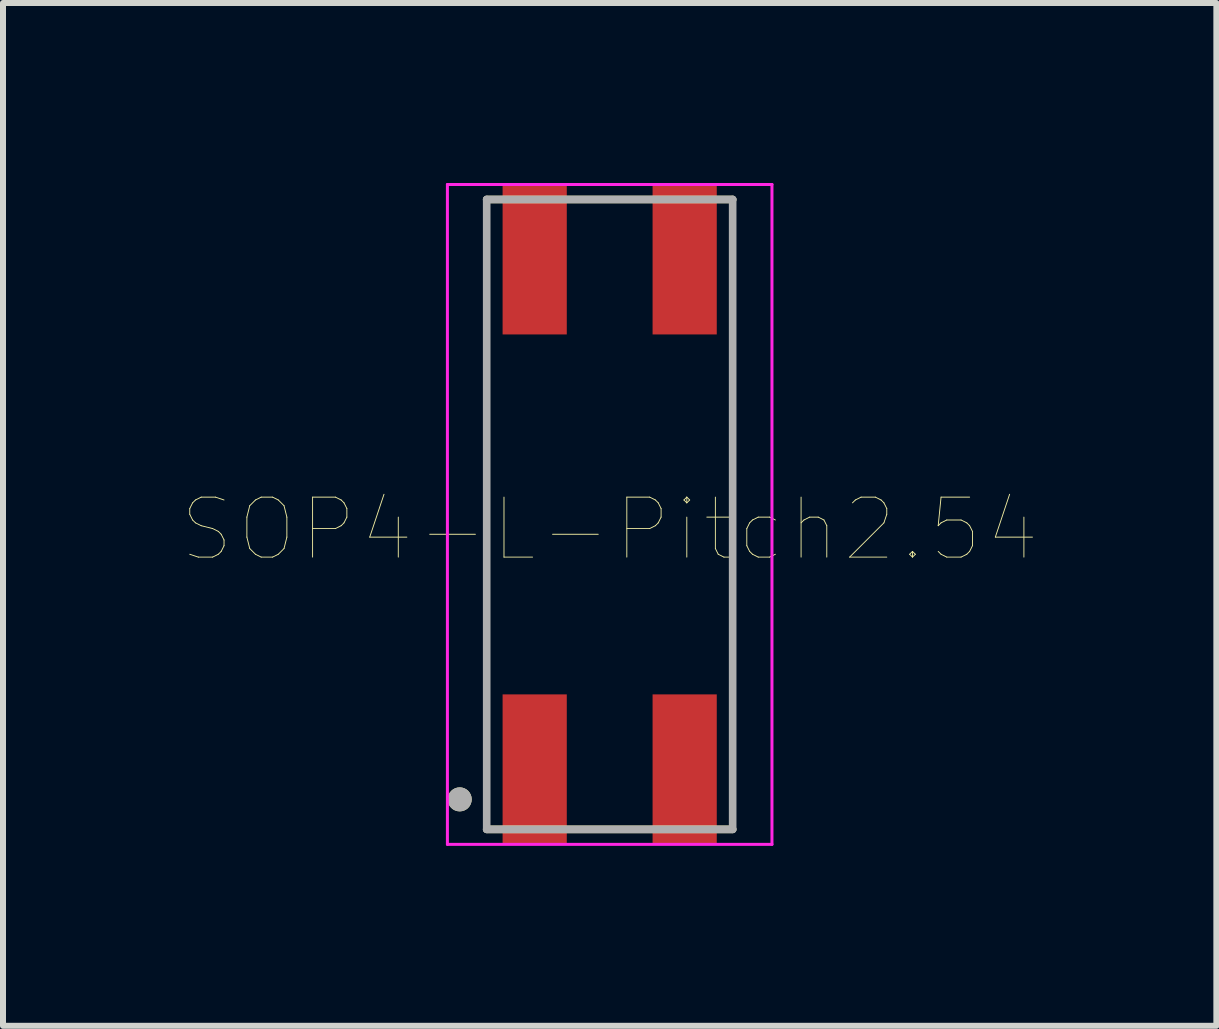
<source format=kicad_pcb>
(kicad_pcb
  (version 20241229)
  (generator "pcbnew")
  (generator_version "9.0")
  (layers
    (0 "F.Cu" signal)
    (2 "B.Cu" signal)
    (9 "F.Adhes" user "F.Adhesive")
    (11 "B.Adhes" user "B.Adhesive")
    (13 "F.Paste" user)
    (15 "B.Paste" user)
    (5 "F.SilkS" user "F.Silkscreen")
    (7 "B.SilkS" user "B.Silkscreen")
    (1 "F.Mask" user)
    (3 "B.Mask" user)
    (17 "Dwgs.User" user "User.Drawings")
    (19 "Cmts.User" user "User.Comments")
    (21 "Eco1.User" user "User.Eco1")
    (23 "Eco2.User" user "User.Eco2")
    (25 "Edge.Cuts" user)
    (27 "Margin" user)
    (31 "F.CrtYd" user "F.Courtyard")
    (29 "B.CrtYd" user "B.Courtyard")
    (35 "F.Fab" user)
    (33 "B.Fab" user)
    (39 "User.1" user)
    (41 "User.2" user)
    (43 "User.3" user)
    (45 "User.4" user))
  (footprint "SOP4-L-Pitch2.54"
    (layer "F.Cu")
    (at 7.113 5.525)
    (property "Reference" "SOP4-L-Pitch2.54" (at 0 0.25 0) (layer "F.SilkS") (effects (font (size 1 1) (thickness 0.015))))
    (attr through_hole)
    (fp_line (start -2.05 -5.25) (end 2.05 -5.25) (stroke (width 0.127) (type solid)) (layer "F.SilkS"))
    (fp_line (start -2.05 5.25) (end 2.05 5.25) (stroke (width 0.127) (type solid)) (layer "F.SilkS"))
    (fp_circle (center -2.5 4.75) (end -2.4 4.75) (stroke (width 0.2) (type solid)) (fill no) (layer "F.SilkS"))
    (fp_line (start -2.705 -5.5) (end -2.705 5.5) (stroke (width 0.05) (type solid)) (layer "F.CrtYd"))
    (fp_line (start -2.705 -5.5) (end 2.705 -5.5) (stroke (width 0.05) (type solid)) (layer "F.CrtYd"))
    (fp_line (start -2.705 5.5) (end 2.705 5.5) (stroke (width 0.05) (type solid)) (layer "F.CrtYd"))
    (fp_line (start 2.705 -5.5) (end 2.705 5.5) (stroke (width 0.05) (type solid)) (layer "F.CrtYd"))
    (fp_line (start -2.05 -5.25) (end -2.05 5.25) (stroke (width 0.127) (type solid)) (layer "F.Fab"))
    (fp_line (start -2.05 -5.25) (end 2.05 -5.25) (stroke (width 0.127) (type solid)) (layer "F.Fab"))
    (fp_line (start -2.05 5.25) (end 2.05 5.25) (stroke (width 0.127) (type solid)) (layer "F.Fab"))
    (fp_line (start 2.05 -5.25) (end 2.05 5.25) (stroke (width 0.127) (type solid)) (layer "F.Fab"))
    (fp_circle (center -2.5 4.75) (end -2.4 4.75) (stroke (width 0.2) (type solid)) (fill no) (layer "F.Fab"))
    (pad "1" smd rect (at -1.25 4.25 90) (size 2.5 1.07) (layers "F.Cu" "F.Mask" "F.Paste"))
    (pad "2" smd rect (at 1.25 4.25 90) (size 2.5 1.07) (layers "F.Cu" "F.Mask" "F.Paste"))
    (pad "3" smd rect (at 1.25 -4.25 90) (size 2.5 1.07) (layers "F.Cu" "F.Mask" "F.Paste"))
    (pad "4" smd rect (at -1.25 -4.25 90) (size 2.5 1.07) (layers "F.Cu" "F.Mask" "F.Paste")))
  (gr_rect
    (start -3 -3)
    (end 17.226 14.05)
    (stroke (width 0.1) (type default))
    (fill no)
    (layer "Edge.Cuts")))
</source>
